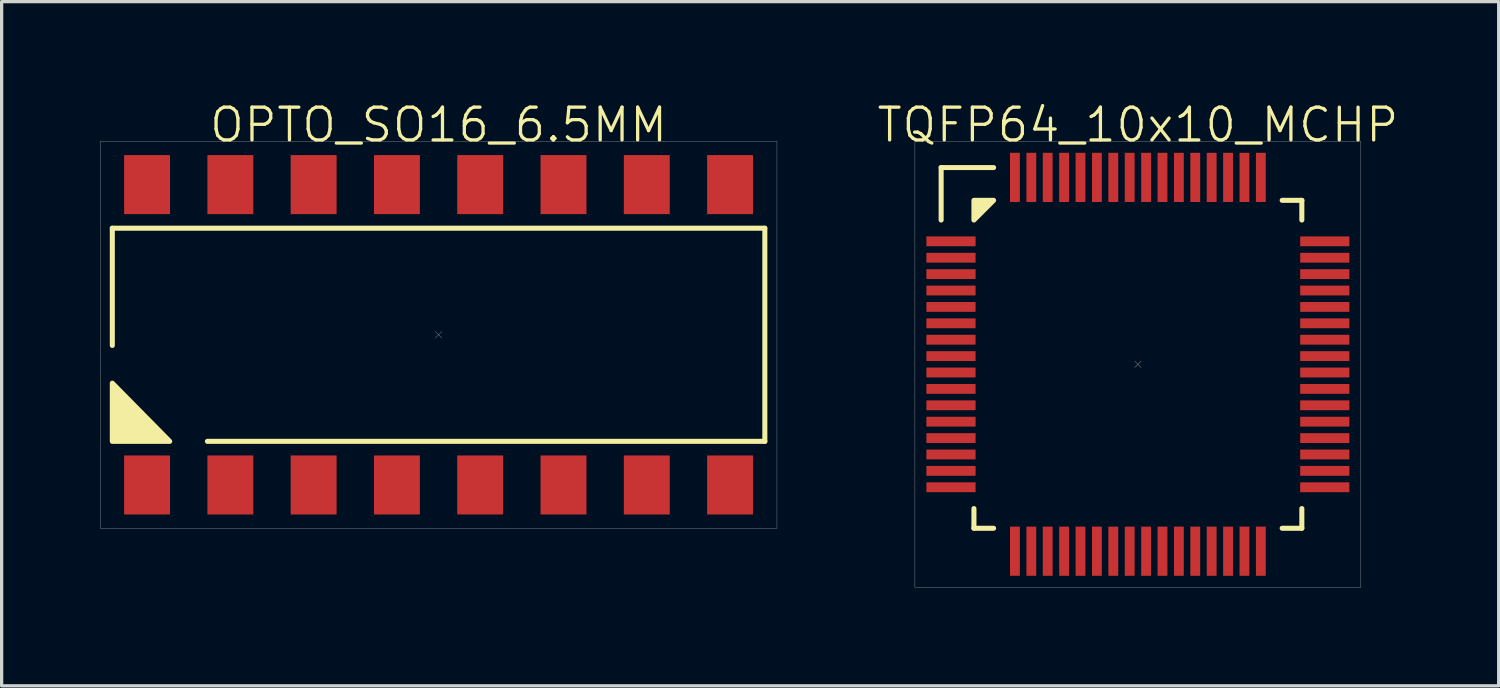
<source format=kicad_pcb>
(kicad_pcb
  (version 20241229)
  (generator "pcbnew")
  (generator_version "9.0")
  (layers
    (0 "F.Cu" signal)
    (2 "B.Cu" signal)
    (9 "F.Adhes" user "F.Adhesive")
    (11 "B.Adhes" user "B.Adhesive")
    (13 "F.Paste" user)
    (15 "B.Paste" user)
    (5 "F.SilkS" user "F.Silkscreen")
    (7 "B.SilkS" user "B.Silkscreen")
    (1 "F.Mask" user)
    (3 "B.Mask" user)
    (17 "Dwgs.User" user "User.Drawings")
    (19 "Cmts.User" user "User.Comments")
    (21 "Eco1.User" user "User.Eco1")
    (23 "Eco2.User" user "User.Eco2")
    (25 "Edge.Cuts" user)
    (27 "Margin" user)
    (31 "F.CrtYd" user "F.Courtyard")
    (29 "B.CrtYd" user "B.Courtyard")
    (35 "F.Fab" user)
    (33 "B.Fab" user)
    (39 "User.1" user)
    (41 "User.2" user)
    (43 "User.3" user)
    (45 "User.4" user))
  (footprint "OPTO_SO16_6.5MM"
    (layer "F.Cu")
    (at 10.325 7.16)
    (property "Reference" "OPTO_SO16_6.5MM" (at 0 -6.4 0) (unlocked yes) (layer "F.SilkS") (effects (font (size 1 1) (thickness 0.1))))
    (attr smd)
    (fp_line (start -9.95 -3.25) (end -9.95 0.325) (stroke (width 0.154) (type default)) (layer "F.SilkS"))
    (fp_line (start -9.95 -3.25) (end 9.95 -3.25) (stroke (width 0.154) (type default)) (layer "F.SilkS"))
    (fp_line (start 9.95 -3.25) (end 9.95 3.25) (stroke (width 0.154) (type default)) (layer "F.SilkS"))
    (fp_line (start 9.95 3.25) (end -7.05 3.25) (stroke (width 0.154) (type default)) (layer "F.SilkS"))
    (fp_poly (pts (xy -9.95 1.475) (xy -9.95 3.25) (xy -8.2 3.25)) (stroke (width 0.154) (type solid)) (fill yes) (layer "F.SilkS"))
    (fp_line (start -0.1 -0.1) (end 0.1 0.1) (stroke (width 0.01) (type default)) (layer "F.Fab"))
    (fp_line (start 0.1 -0.1) (end -0.1 0.1) (stroke (width 0.01) (type default)) (layer "F.Fab"))
    (fp_rect (start -10.32 -5.9) (end 10.32 5.9) (stroke (width 0.01) (type default)) (fill no) (layer "F.Fab"))
    (pad "1" smd rect (at -8.89 4.58) (size 1.4 1.8) (layers "F.Cu" "F.Mask" "F.Paste"))
    (pad "2" smd rect (at -6.35 4.58) (size 1.4 1.8) (layers "F.Cu" "F.Mask" "F.Paste"))
    (pad "3" smd rect (at -3.81 4.58) (size 1.4 1.8) (layers "F.Cu" "F.Mask" "F.Paste"))
    (pad "4" smd rect (at -1.27 4.58) (size 1.4 1.8) (layers "F.Cu" "F.Mask" "F.Paste"))
    (pad "5" smd rect (at 1.27 4.58) (size 1.4 1.8) (layers "F.Cu" "F.Mask" "F.Paste"))
    (pad "6" smd rect (at 3.81 4.58) (size 1.4 1.8) (layers "F.Cu" "F.Mask" "F.Paste"))
    (pad "7" smd rect (at 6.35 4.58) (size 1.4 1.8) (layers "F.Cu" "F.Mask" "F.Paste"))
    (pad "8" smd rect (at 8.89 4.58) (size 1.4 1.8) (layers "F.Cu" "F.Mask" "F.Paste"))
    (pad "9" smd rect (at 8.89 -4.58) (size 1.4 1.8) (layers "F.Cu" "F.Mask" "F.Paste"))
    (pad "10" smd rect (at 6.35 -4.58) (size 1.4 1.8) (layers "F.Cu" "F.Mask" "F.Paste"))
    (pad "11" smd rect (at 3.81 -4.58) (size 1.4 1.8) (layers "F.Cu" "F.Mask" "F.Paste"))
    (pad "12" smd rect (at 1.27 -4.58) (size 1.4 1.8) (layers "F.Cu" "F.Mask" "F.Paste"))
    (pad "13" smd rect (at -1.27 -4.58) (size 1.4 1.8) (layers "F.Cu" "F.Mask" "F.Paste"))
    (pad "14" smd rect (at -3.81 -4.58) (size 1.4 1.8) (layers "F.Cu" "F.Mask" "F.Paste"))
    (pad "15" smd rect (at -6.35 -4.58) (size 1.4 1.8) (layers "F.Cu" "F.Mask" "F.Paste"))
    (pad "16" smd rect (at -8.89 -4.58) (size 1.4 1.8) (layers "F.Cu" "F.Mask" "F.Paste")))
  (footprint "TQFP64_10x10_MCHP"
    (layer "F.Cu")
    (at 31.652 8.06)
    (property "Reference" "TQFP64_10x10_MCHP" (at 0 -7.3 0) (unlocked yes) (layer "F.SilkS") (effects (font (size 1 1) (thickness 0.1))))
    (attr smd)
    (fp_line (start -6 -6) (end -4.4 -6) (stroke (width 0.154) (type default)) (layer "F.SilkS"))
    (fp_line (start -6 -4.4) (end -6 -6) (stroke (width 0.154) (type default)) (layer "F.SilkS"))
    (fp_line (start -5 4.4) (end -5 5) (stroke (width 0.154) (type default)) (layer "F.SilkS"))
    (fp_line (start -5 5) (end -4.4 5) (stroke (width 0.154) (type default)) (layer "F.SilkS"))
    (fp_line (start 4.4 -5) (end 5 -5) (stroke (width 0.154) (type default)) (layer "F.SilkS"))
    (fp_line (start 4.4 5) (end 5 5) (stroke (width 0.154) (type default)) (layer "F.SilkS"))
    (fp_line (start 5 -5) (end 5 -4.4) (stroke (width 0.154) (type default)) (layer "F.SilkS"))
    (fp_line (start 5 4.4) (end 5 5) (stroke (width 0.154) (type default)) (layer "F.SilkS"))
    (fp_poly (pts (xy -4.4 -5) (xy -5 -5) (xy -5 -4.4)) (stroke (width 0.154) (type solid)) (fill yes) (layer "F.SilkS"))
    (fp_line (start 0.1 -0.1) (end -0.1 0.1) (stroke (width 0.01) (type default)) (layer "F.Fab"))
    (fp_line (start 0.1 0.1) (end -0.1 -0.1) (stroke (width 0.01) (type default)) (layer "F.Fab"))
    (fp_rect (start -6.8 -6.8) (end 6.8 6.8) (stroke (width 0.01) (type default)) (fill no) (layer "F.Fab"))
    (pad "1" smd rect (at -5.7 -3.75 270) (size 0.3 1.5) (layers "F.Cu" "F.Mask" "F.Paste"))
    (pad "2" smd rect (at -5.7 -3.25 270) (size 0.3 1.5) (layers "F.Cu" "F.Mask" "F.Paste"))
    (pad "3" smd rect (at -5.7 -2.75 270) (size 0.3 1.5) (layers "F.Cu" "F.Mask" "F.Paste"))
    (pad "4" smd rect (at -5.7 -2.25 270) (size 0.3 1.5) (layers "F.Cu" "F.Mask" "F.Paste"))
    (pad "5" smd rect (at -5.7 -1.75 270) (size 0.3 1.5) (layers "F.Cu" "F.Mask" "F.Paste"))
    (pad "6" smd rect (at -5.7 -1.25 270) (size 0.3 1.5) (layers "F.Cu" "F.Mask" "F.Paste"))
    (pad "7" smd rect (at -5.7 -0.75 270) (size 0.3 1.5) (layers "F.Cu" "F.Mask" "F.Paste"))
    (pad "8" smd rect (at -5.7 -0.25 270) (size 0.3 1.5) (layers "F.Cu" "F.Mask" "F.Paste"))
    (pad "9" smd rect (at -5.7 0.25 270) (size 0.3 1.5) (layers "F.Cu" "F.Mask" "F.Paste"))
    (pad "10" smd rect (at -5.7 0.75 270) (size 0.3 1.5) (layers "F.Cu" "F.Mask" "F.Paste"))
    (pad "11" smd rect (at -5.7 1.25 270) (size 0.3 1.5) (layers "F.Cu" "F.Mask" "F.Paste"))
    (pad "12" smd rect (at -5.7 1.75 270) (size 0.3 1.5) (layers "F.Cu" "F.Mask" "F.Paste"))
    (pad "13" smd rect (at -5.7 2.25 270) (size 0.3 1.5) (layers "F.Cu" "F.Mask" "F.Paste"))
    (pad "14" smd rect (at -5.7 2.75 270) (size 0.3 1.5) (layers "F.Cu" "F.Mask" "F.Paste"))
    (pad "15" smd rect (at -5.7 3.25 270) (size 0.3 1.5) (layers "F.Cu" "F.Mask" "F.Paste"))
    (pad "16" smd rect (at -5.7 3.75 270) (size 0.3 1.5) (layers "F.Cu" "F.Mask" "F.Paste"))
    (pad "17" smd rect (at -3.75 5.7) (size 0.3 1.5) (layers "F.Cu" "F.Mask" "F.Paste"))
    (pad "18" smd rect (at -3.25 5.7) (size 0.3 1.5) (layers "F.Cu" "F.Mask" "F.Paste"))
    (pad "19" smd rect (at -2.75 5.7) (size 0.3 1.5) (layers "F.Cu" "F.Mask" "F.Paste"))
    (pad "20" smd rect (at -2.25 5.7) (size 0.3 1.5) (layers "F.Cu" "F.Mask" "F.Paste"))
    (pad "21" smd rect (at -1.75 5.7) (size 0.3 1.5) (layers "F.Cu" "F.Mask" "F.Paste"))
    (pad "22" smd rect (at -1.25 5.7) (size 0.3 1.5) (layers "F.Cu" "F.Mask" "F.Paste"))
    (pad "23" smd rect (at -0.75 5.7) (size 0.3 1.5) (layers "F.Cu" "F.Mask" "F.Paste"))
    (pad "24" smd rect (at -0.25 5.7) (size 0.3 1.5) (layers "F.Cu" "F.Mask" "F.Paste"))
    (pad "25" smd rect (at 0.25 5.7) (size 0.3 1.5) (layers "F.Cu" "F.Mask" "F.Paste"))
    (pad "26" smd rect (at 0.75 5.7) (size 0.3 1.5) (layers "F.Cu" "F.Mask" "F.Paste"))
    (pad "27" smd rect (at 1.25 5.7) (size 0.3 1.5) (layers "F.Cu" "F.Mask" "F.Paste"))
    (pad "28" smd rect (at 1.75 5.7) (size 0.3 1.5) (layers "F.Cu" "F.Mask" "F.Paste"))
    (pad "29" smd rect (at 2.25 5.7) (size 0.3 1.5) (layers "F.Cu" "F.Mask" "F.Paste"))
    (pad "30" smd rect (at 2.75 5.7) (size 0.3 1.5) (layers "F.Cu" "F.Mask" "F.Paste"))
    (pad "31" smd rect (at 3.25 5.7) (size 0.3 1.5) (layers "F.Cu" "F.Mask" "F.Paste"))
    (pad "32" smd rect (at 3.75 5.7) (size 0.3 1.5) (layers "F.Cu" "F.Mask" "F.Paste"))
    (pad "33" smd rect (at 5.7 3.75 270) (size 0.3 1.5) (layers "F.Cu" "F.Mask" "F.Paste"))
    (pad "34" smd rect (at 5.7 3.25 270) (size 0.3 1.5) (layers "F.Cu" "F.Mask" "F.Paste"))
    (pad "35" smd rect (at 5.7 2.75 270) (size 0.3 1.5) (layers "F.Cu" "F.Mask" "F.Paste"))
    (pad "36" smd rect (at 5.7 2.25 270) (size 0.3 1.5) (layers "F.Cu" "F.Mask" "F.Paste"))
    (pad "37" smd rect (at 5.7 1.75 270) (size 0.3 1.5) (layers "F.Cu" "F.Mask" "F.Paste"))
    (pad "38" smd rect (at 5.7 1.25 270) (size 0.3 1.5) (layers "F.Cu" "F.Mask" "F.Paste"))
    (pad "39" smd rect (at 5.7 0.75 270) (size 0.3 1.5) (layers "F.Cu" "F.Mask" "F.Paste"))
    (pad "40" smd rect (at 5.7 0.25 270) (size 0.3 1.5) (layers "F.Cu" "F.Mask" "F.Paste"))
    (pad "41" smd rect (at 5.7 -0.25 270) (size 0.3 1.5) (layers "F.Cu" "F.Mask" "F.Paste"))
    (pad "42" smd rect (at 5.7 -0.75 270) (size 0.3 1.5) (layers "F.Cu" "F.Mask" "F.Paste"))
    (pad "43" smd rect (at 5.7 -1.25 270) (size 0.3 1.5) (layers "F.Cu" "F.Mask" "F.Paste"))
    (pad "44" smd rect (at 5.7 -1.75 270) (size 0.3 1.5) (layers "F.Cu" "F.Mask" "F.Paste"))
    (pad "45" smd rect (at 5.7 -2.25 270) (size 0.3 1.5) (layers "F.Cu" "F.Mask" "F.Paste"))
    (pad "46" smd rect (at 5.7 -2.75 270) (size 0.3 1.5) (layers "F.Cu" "F.Mask" "F.Paste"))
    (pad "47" smd rect (at 5.7 -3.25 270) (size 0.3 1.5) (layers "F.Cu" "F.Mask" "F.Paste"))
    (pad "48" smd rect (at 5.7 -3.75 270) (size 0.3 1.5) (layers "F.Cu" "F.Mask" "F.Paste"))
    (pad "49" smd rect (at 3.75 -5.7) (size 0.3 1.5) (layers "F.Cu" "F.Mask" "F.Paste"))
    (pad "50" smd rect (at 3.25 -5.7) (size 0.3 1.5) (layers "F.Cu" "F.Mask" "F.Paste"))
    (pad "51" smd rect (at 2.75 -5.7) (size 0.3 1.5) (layers "F.Cu" "F.Mask" "F.Paste"))
    (pad "52" smd rect (at 2.25 -5.7) (size 0.3 1.5) (layers "F.Cu" "F.Mask" "F.Paste"))
    (pad "53" smd rect (at 1.75 -5.7) (size 0.3 1.5) (layers "F.Cu" "F.Mask" "F.Paste"))
    (pad "54" smd rect (at 1.25 -5.7) (size 0.3 1.5) (layers "F.Cu" "F.Mask" "F.Paste"))
    (pad "55" smd rect (at 0.75 -5.7) (size 0.3 1.5) (layers "F.Cu" "F.Mask" "F.Paste"))
    (pad "56" smd rect (at 0.25 -5.7) (size 0.3 1.5) (layers "F.Cu" "F.Mask" "F.Paste"))
    (pad "57" smd rect (at -0.25 -5.7) (size 0.3 1.5) (layers "F.Cu" "F.Mask" "F.Paste"))
    (pad "58" smd rect (at -0.75 -5.7) (size 0.3 1.5) (layers "F.Cu" "F.Mask" "F.Paste"))
    (pad "59" smd rect (at -1.25 -5.7) (size 0.3 1.5) (layers "F.Cu" "F.Mask" "F.Paste"))
    (pad "60" smd rect (at -1.75 -5.7) (size 0.3 1.5) (layers "F.Cu" "F.Mask" "F.Paste"))
    (pad "61" smd rect (at -2.25 -5.7) (size 0.3 1.5) (layers "F.Cu" "F.Mask" "F.Paste"))
    (pad "62" smd rect (at -2.75 -5.7) (size 0.3 1.5) (layers "F.Cu" "F.Mask" "F.Paste"))
    (pad "63" smd rect (at -3.25 -5.7) (size 0.3 1.5) (layers "F.Cu" "F.Mask" "F.Paste"))
    (pad "64" smd rect (at -3.75 -5.7) (size 0.3 1.5) (layers "F.Cu" "F.Mask" "F.Paste")))
  (gr_rect
    (start -3 -3)
    (end 42.655 17.866)
    (stroke (width 0.1) (type default))
    (fill no)
    (layer "Edge.Cuts")))
</source>
